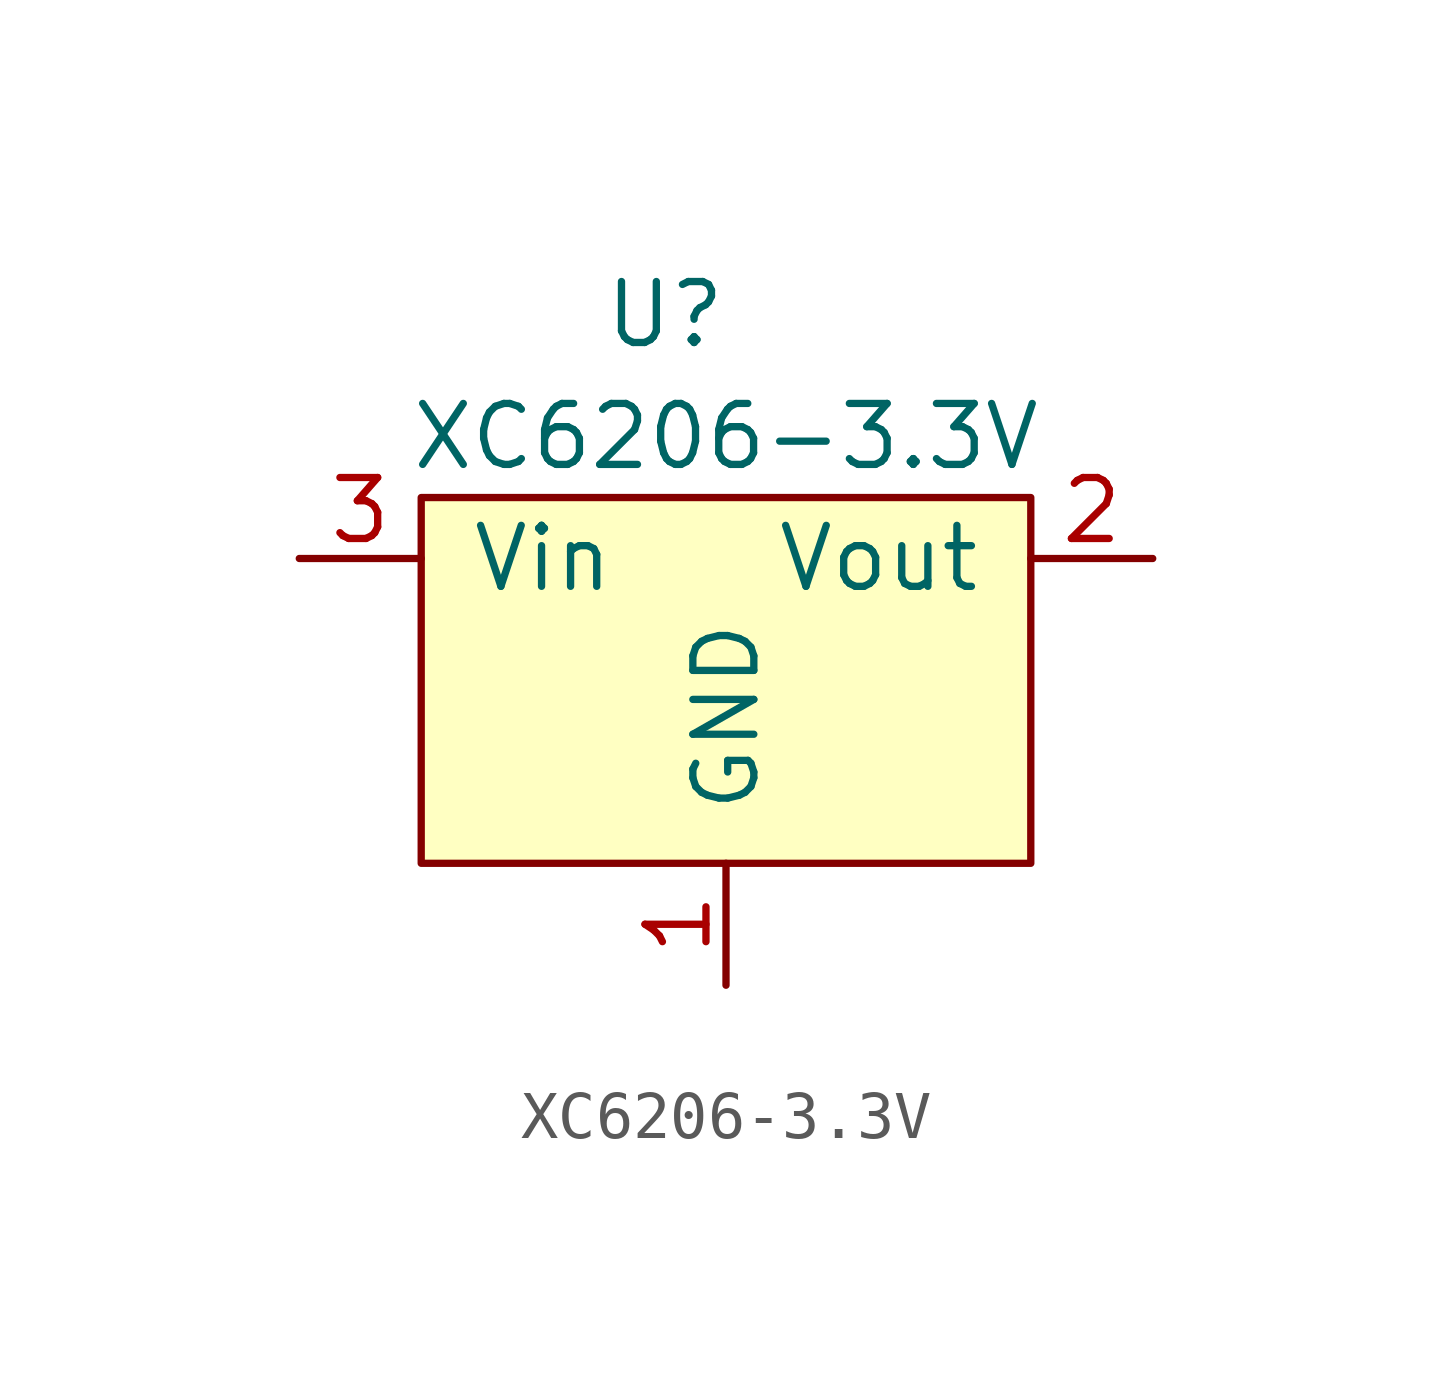
<source format=kicad_sym>
(kicad_symbol_lib
  (version 20211014)
  (generator kicad_symbol_editor)
  (symbol "XC6206-3.3V"
    (pin_names
      (offset 1.016))
    (property "Reference" "U"
      (at 3.81 0 0)
      (effects (font (size 1.27 1.27))))
    (property "Value" "XC6206-3.3V"
      (at 5.08 -2.54 0)
      (effects (font (size 1.27 1.27))))
    (symbol "XC6206-3.3V_0_0"
      (pin power_in line (at 5.08 -13.97 90) (length 2.54) (name "GND" (effects (font (size 1.27 1.27)))) (number "1" (effects (font (size 1.27 1.27)))))
      (pin power_out line (at 13.97 -5.08 180) (length 2.54) (name "Vout" (effects (font (size 1.27 1.27)))) (number "2" (effects (font (size 1.27 1.27)))))
      (pin power_in line (at -3.81 -5.08 0) (length 2.54) (name "Vin" (effects (font (size 1.27 1.27)))) (number "3" (effects (font (size 1.27 1.27))))))
    (symbol "XC6206-3.3V_0_1"
      (rectangle (start -1.27 -3.81) (end 11.43 -11.43) (stroke (width 0) (type default) (color 0 0 0 0)) (fill (type background))))))
</source>
